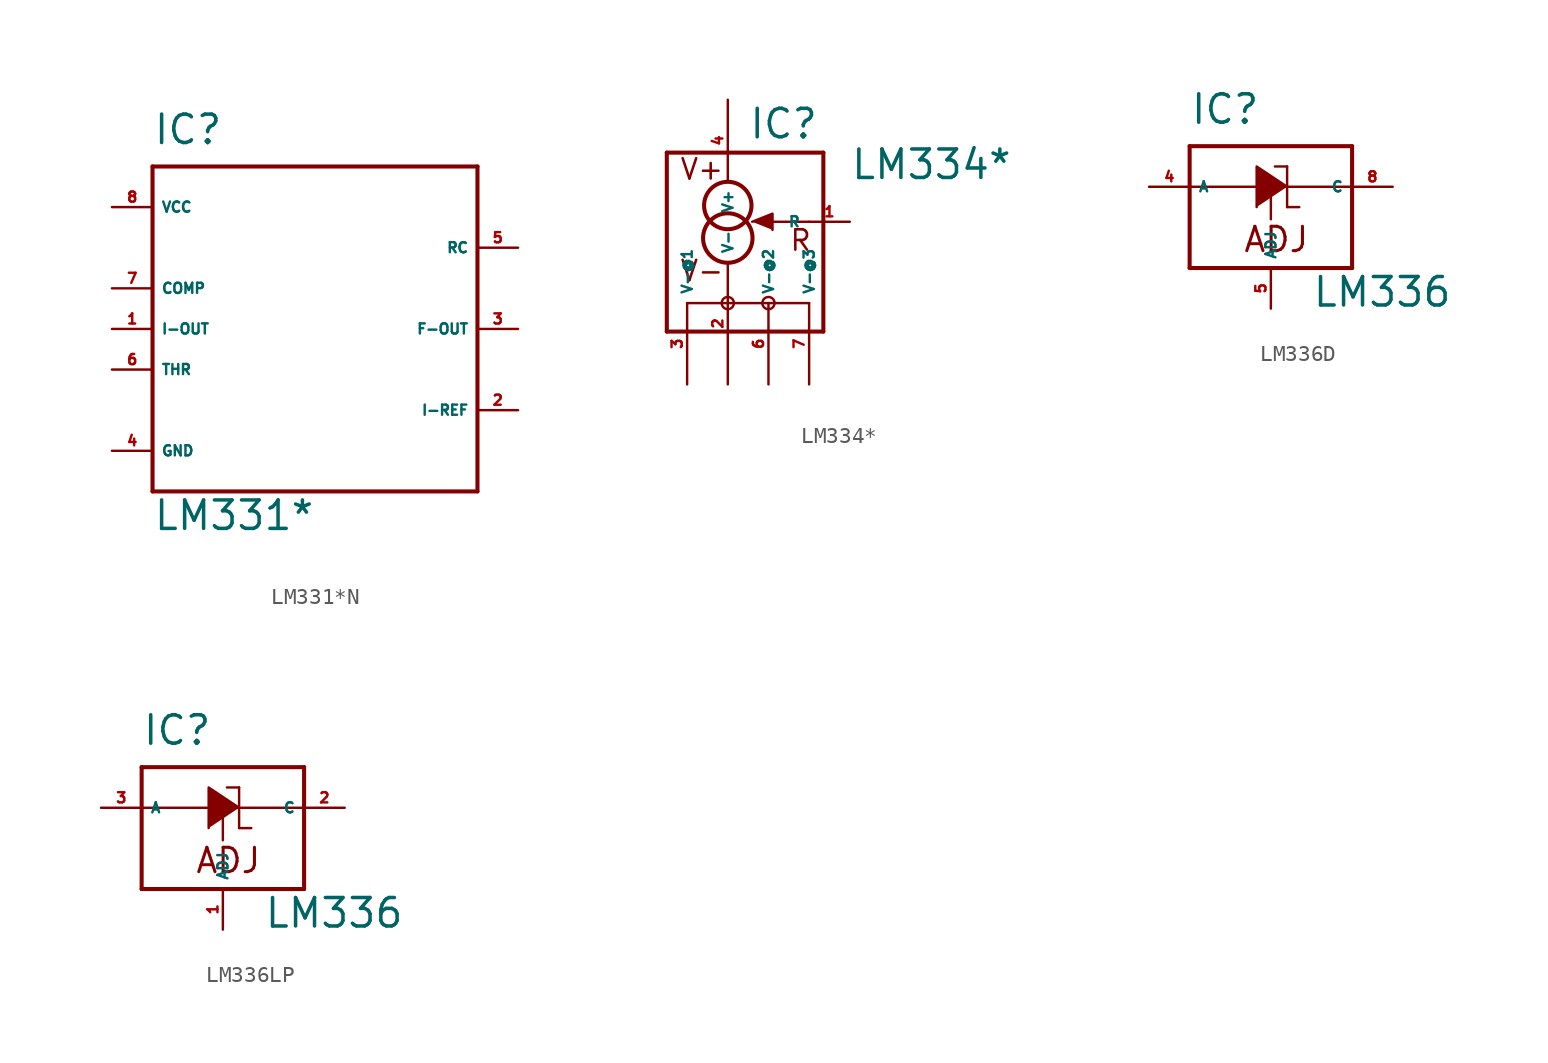
<source format=kicad_sym>
(kicad_symbol_lib
  (version 20220914)
  (generator Eagle2Kicad)
  (symbol "LM331*N"
    (property "Reference" "IC"
      (at -10.16 11.43 0)
      (effects (font (size 1.778 1.778) (thickness 0.22)) (justify left bottom)))
    (property "Value" "LM331*"
      (at -10.16 -12.7 0)
      (effects (font (size 1.778 1.778) (thickness 0.22)) (justify left bottom)))
    (polyline
      (pts (xy -10.16 10.16) (xy 10.16 10.16))
      (stroke (width 0.254) (type default))
      (fill (type none)))
    (polyline
      (pts (xy 10.16 10.16) (xy 10.16 -10.16))
      (stroke (width 0.254) (type default))
      (fill (type none)))
    (polyline
      (pts (xy 10.16 -10.16) (xy -10.16 -10.16))
      (stroke (width 0.254) (type default))
      (fill (type none)))
    (polyline
      (pts (xy -10.16 -10.16) (xy -10.16 10.16))
      (stroke (width 0.254) (type default))
      (fill (type none)))
    (pin output line
      (at -12.7 0 0)
      (length 2.54)
      (name "I-OUT" (effects (font (size 0.635 0.635) (thickness 0.08)) (justify left bottom)))
      (number "1" (effects (font (size 0.635 0.635) (thickness 0.08)) (justify left bottom))))
    (pin passive line
      (at 12.7 -5.08 180)
      (length 2.54)
      (name "I-REF" (effects (font (size 0.635 0.635) (thickness 0.08)) (justify left bottom)))
      (number "2" (effects (font (size 0.635 0.635) (thickness 0.08)) (justify left bottom))))
    (pin open_collector line
      (at 12.7 0 180)
      (length 2.54)
      (name "F-OUT" (effects (font (size 0.635 0.635) (thickness 0.08)) (justify left bottom)))
      (number "3" (effects (font (size 0.635 0.635) (thickness 0.08)) (justify left bottom))))
    (pin unspecified line
      (at -12.7 -7.62 0)
      (length 2.54)
      (name "GND" (effects (font (size 0.635 0.635) (thickness 0.08)) (justify left bottom)))
      (number "4" (effects (font (size 0.635 0.635) (thickness 0.08)) (justify left bottom))))
    (pin passive line
      (at 12.7 5.08 180)
      (length 2.54)
      (name "RC" (effects (font (size 0.635 0.635) (thickness 0.08)) (justify left bottom)))
      (number "5" (effects (font (size 0.635 0.635) (thickness 0.08)) (justify left bottom))))
    (pin input line
      (at -12.7 -2.54 0)
      (length 2.54)
      (name "THR" (effects (font (size 0.635 0.635) (thickness 0.08)) (justify left bottom)))
      (number "6" (effects (font (size 0.635 0.635) (thickness 0.08)) (justify left bottom))))
    (pin input line
      (at -12.7 2.54 0)
      (length 2.54)
      (name "COMP" (effects (font (size 0.635 0.635) (thickness 0.08)) (justify left bottom)))
      (number "7" (effects (font (size 0.635 0.635) (thickness 0.08)) (justify left bottom))))
    (pin unspecified line
      (at -12.7 7.62 0)
      (length 2.54)
      (name "VCC" (effects (font (size 0.635 0.635) (thickness 0.08)) (justify left bottom)))
      (number "8" (effects (font (size 0.635 0.635) (thickness 0.08)) (justify left bottom)))))
  (symbol "LM334*"
    (property "Reference" "IC"
      (at 1.27 5.08 0)
      (effects (font (size 1.778 1.778) (thickness 0.22)) (justify left bottom)))
    (property "Value" "LM334*"
      (at 7.62 2.54 0)
      (effects (font (size 1.778 1.778) (thickness 0.22)) (justify left bottom)))
    (polyline
      (pts (xy 1.524 0) (xy 2.794 0.508) (xy 2.794 -0.508))
      (stroke (width 0.152) (type default))
      (fill (type outline)))
    (polyline
      (pts (xy 5.08 0) (xy 1.778 0))
      (stroke (width 0.152) (type default))
      (fill (type none)))
    (polyline
      (pts (xy -3.81 4.318) (xy 5.969 4.318))
      (stroke (width 0.254) (type default))
      (fill (type none)))
    (polyline
      (pts (xy 5.969 4.318) (xy 5.969 -6.858))
      (stroke (width 0.254) (type default))
      (fill (type none)))
    (polyline
      (pts (xy 5.969 -6.858) (xy -3.81 -6.858))
      (stroke (width 0.254) (type default))
      (fill (type none)))
    (polyline
      (pts (xy -3.81 -6.858) (xy -3.81 4.318))
      (stroke (width 0.254) (type default))
      (fill (type none)))
    (polyline
      (pts (xy -2.54 -5.08) (xy 5.08 -5.08))
      (stroke (width 0.152) (type default))
      (fill (type none)))
    (text "V+"
      (at -3.048 2.54 0)
      (effects (font (size 1.27 1.27) (thickness 0.16)) (justify left bottom)))
    (text "V-"
      (at -3.048 -3.81 0)
      (effects (font (size 1.27 1.27) (thickness 0.16)) (justify left bottom)))
    (text "R"
      (at 3.81 -1.905 0)
      (effects (font (size 1.27 1.27) (thickness 0.16)) (justify left bottom)))
    (circle
      (center 0 1.016)
      (radius 1.481)
      (stroke (width 0.254) (type default))
      (fill (type none)))
    (circle
      (center 0 -1.016)
      (radius 1.545)
      (stroke (width 0.254) (type default))
      (fill (type none)))
    (circle
      (center 0 -5.08)
      (radius 0.381)
      (stroke (width 0) (type default))
      (fill (type none)))
    (circle
      (center 2.54 -5.08)
      (radius 0.381)
      (stroke (width 0) (type default))
      (fill (type none)))
    (pin passive line
      (at 0 7.62 270)
      (length 5.08)
      (name "V+" (effects (font (size 0.635 0.635) (thickness 0.08)) (justify left bottom)))
      (number "4" (effects (font (size 0.635 0.635) (thickness 0.08)) (justify left bottom))))
    (pin passive line
      (at 0 -10.16 90)
      (length 7.62)
      (name "V-" (effects (font (size 0.635 0.635) (thickness 0.08)) (justify left bottom)))
      (number "2" (effects (font (size 0.635 0.635) (thickness 0.08)) (justify left bottom))))
    (pin passive line
      (at 7.62 0 180)
      (length 2.54)
      (name "R" (effects (font (size 0.635 0.635) (thickness 0.08)) (justify left bottom)))
      (number "1" (effects (font (size 0.635 0.635) (thickness 0.08)) (justify left bottom))))
    (pin passive line
      (at -2.54 -10.16 90)
      (length 5.08)
      (name "V-@1" (effects (font (size 0.635 0.635) (thickness 0.08)) (justify left bottom)))
      (number "3" (effects (font (size 0.635 0.635) (thickness 0.08)) (justify left bottom))))
    (pin passive line
      (at 2.54 -10.16 90)
      (length 5.08)
      (name "V-@2" (effects (font (size 0.635 0.635) (thickness 0.08)) (justify left bottom)))
      (number "6" (effects (font (size 0.635 0.635) (thickness 0.08)) (justify left bottom))))
    (pin passive line
      (at 5.08 -10.16 90)
      (length 5.08)
      (name "V-@3" (effects (font (size 0.635 0.635) (thickness 0.08)) (justify left bottom)))
      (number "7" (effects (font (size 0.635 0.635) (thickness 0.08)) (justify left bottom)))))
  (symbol "LM336D"
    (property "Reference" "IC"
      (at -5.08 3.81 0)
      (effects (font (size 1.778 1.778) (thickness 0.22)) (justify left bottom)))
    (property "Value" "LM336"
      (at 2.54 -7.62 0)
      (effects (font (size 1.778 1.778) (thickness 0.22)) (justify left bottom)))
    (polyline
      (pts (xy 1.016 0) (xy -0.889 1.27) (xy -0.889 -1.27))
      (stroke (width 0.152) (type default))
      (fill (type outline)))
    (polyline
      (pts (xy -5.08 2.54) (xy 5.08 2.54))
      (stroke (width 0.254) (type default))
      (fill (type none)))
    (polyline
      (pts (xy 5.08 2.54) (xy 5.08 0))
      (stroke (width 0.254) (type default))
      (fill (type none)))
    (polyline
      (pts (xy 5.08 0) (xy 5.08 -5.08))
      (stroke (width 0.254) (type default))
      (fill (type none)))
    (polyline
      (pts (xy 5.08 -5.08) (xy -5.08 -5.08))
      (stroke (width 0.254) (type default))
      (fill (type none)))
    (polyline
      (pts (xy -5.08 -5.08) (xy -5.08 0))
      (stroke (width 0.254) (type default))
      (fill (type none)))
    (polyline
      (pts (xy -5.08 0) (xy -5.08 2.54))
      (stroke (width 0.254) (type default))
      (fill (type none)))
    (polyline
      (pts (xy 5.08 0) (xy -5.08 0))
      (stroke (width 0.152) (type default))
      (fill (type none)))
    (polyline
      (pts (xy 0.254 1.27) (xy 1.016 1.27))
      (stroke (width 0.152) (type default))
      (fill (type none)))
    (polyline
      (pts (xy 1.016 1.27) (xy 1.016 -1.27))
      (stroke (width 0.152) (type default))
      (fill (type none)))
    (polyline
      (pts (xy 1.016 -1.27) (xy 1.778 -1.27))
      (stroke (width 0.152) (type default))
      (fill (type none)))
    (polyline
      (pts (xy 0 -2.032) (xy 0 -0.635))
      (stroke (width 0.152) (type default))
      (fill (type none)))
    (text "ADJ"
      (at -1.778 -4.191 0)
      (effects (font (size 1.524 1.524) (thickness 0.19)) (justify left bottom)))
    (pin input line
      (at -7.62 0 0)
      (length 2.54)
      (name "A" (effects (font (size 0.635 0.635) (thickness 0.08)) (justify left bottom)))
      (number "4" (effects (font (size 0.635 0.635) (thickness 0.08)) (justify left bottom))))
    (pin passive line
      (at 7.62 0 180)
      (length 2.54)
      (name "C" (effects (font (size 0.635 0.635) (thickness 0.08)) (justify left bottom)))
      (number "8" (effects (font (size 0.635 0.635) (thickness 0.08)) (justify left bottom))))
    (pin input line
      (at 0 -7.62 90)
      (length 2.54)
      (name "ADJ" (effects (font (size 0.635 0.635) (thickness 0.08)) (justify left bottom)))
      (number "5" (effects (font (size 0.635 0.635) (thickness 0.08)) (justify left bottom)))))
  (symbol "LM336LP"
    (property "Reference" "IC"
      (at -5.08 3.81 0)
      (effects (font (size 1.778 1.778) (thickness 0.22)) (justify left bottom)))
    (property "Value" "LM336"
      (at 2.54 -7.62 0)
      (effects (font (size 1.778 1.778) (thickness 0.22)) (justify left bottom)))
    (polyline
      (pts (xy 1.016 0) (xy -0.889 1.27) (xy -0.889 -1.27))
      (stroke (width 0.152) (type default))
      (fill (type outline)))
    (polyline
      (pts (xy -5.08 2.54) (xy 5.08 2.54))
      (stroke (width 0.254) (type default))
      (fill (type none)))
    (polyline
      (pts (xy 5.08 2.54) (xy 5.08 0))
      (stroke (width 0.254) (type default))
      (fill (type none)))
    (polyline
      (pts (xy 5.08 0) (xy 5.08 -5.08))
      (stroke (width 0.254) (type default))
      (fill (type none)))
    (polyline
      (pts (xy 5.08 -5.08) (xy -5.08 -5.08))
      (stroke (width 0.254) (type default))
      (fill (type none)))
    (polyline
      (pts (xy -5.08 -5.08) (xy -5.08 0))
      (stroke (width 0.254) (type default))
      (fill (type none)))
    (polyline
      (pts (xy -5.08 0) (xy -5.08 2.54))
      (stroke (width 0.254) (type default))
      (fill (type none)))
    (polyline
      (pts (xy 5.08 0) (xy -5.08 0))
      (stroke (width 0.152) (type default))
      (fill (type none)))
    (polyline
      (pts (xy 0.254 1.27) (xy 1.016 1.27))
      (stroke (width 0.152) (type default))
      (fill (type none)))
    (polyline
      (pts (xy 1.016 1.27) (xy 1.016 -1.27))
      (stroke (width 0.152) (type default))
      (fill (type none)))
    (polyline
      (pts (xy 1.016 -1.27) (xy 1.778 -1.27))
      (stroke (width 0.152) (type default))
      (fill (type none)))
    (polyline
      (pts (xy 0 -2.032) (xy 0 -0.635))
      (stroke (width 0.152) (type default))
      (fill (type none)))
    (text "ADJ"
      (at -1.778 -4.191 0)
      (effects (font (size 1.524 1.524) (thickness 0.19)) (justify left bottom)))
    (pin input line
      (at -7.62 0 0)
      (length 2.54)
      (name "A" (effects (font (size 0.635 0.635) (thickness 0.08)) (justify left bottom)))
      (number "3" (effects (font (size 0.635 0.635) (thickness 0.08)) (justify left bottom))))
    (pin passive line
      (at 7.62 0 180)
      (length 2.54)
      (name "C" (effects (font (size 0.635 0.635) (thickness 0.08)) (justify left bottom)))
      (number "2" (effects (font (size 0.635 0.635) (thickness 0.08)) (justify left bottom))))
    (pin input line
      (at 0 -7.62 90)
      (length 2.54)
      (name "ADJ" (effects (font (size 0.635 0.635) (thickness 0.08)) (justify left bottom)))
      (number "1" (effects (font (size 0.635 0.635) (thickness 0.08)) (justify left bottom))))))
</source>
